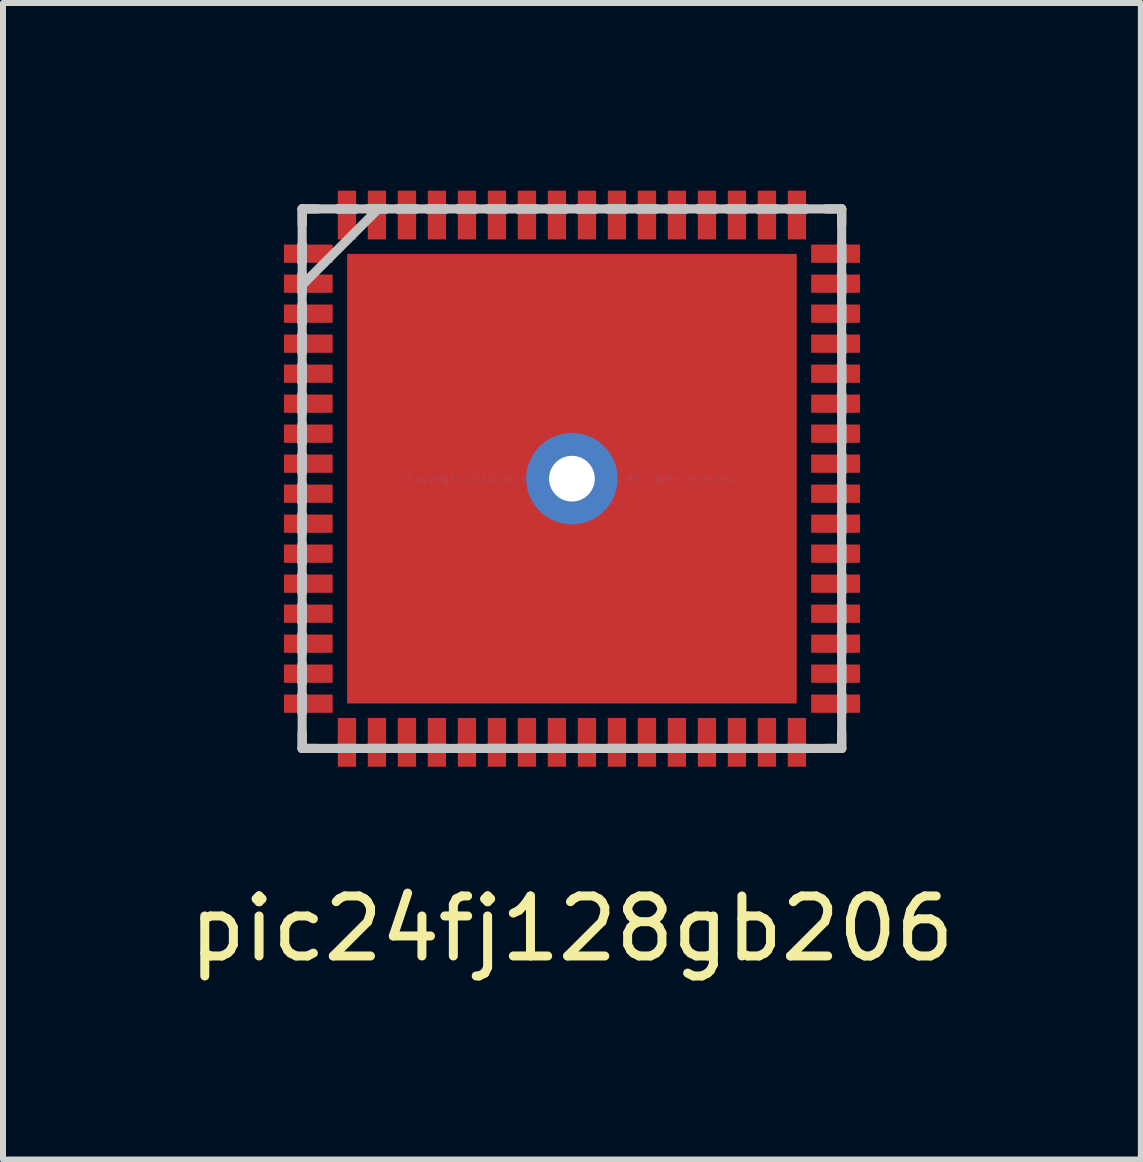
<source format=kicad_pcb>
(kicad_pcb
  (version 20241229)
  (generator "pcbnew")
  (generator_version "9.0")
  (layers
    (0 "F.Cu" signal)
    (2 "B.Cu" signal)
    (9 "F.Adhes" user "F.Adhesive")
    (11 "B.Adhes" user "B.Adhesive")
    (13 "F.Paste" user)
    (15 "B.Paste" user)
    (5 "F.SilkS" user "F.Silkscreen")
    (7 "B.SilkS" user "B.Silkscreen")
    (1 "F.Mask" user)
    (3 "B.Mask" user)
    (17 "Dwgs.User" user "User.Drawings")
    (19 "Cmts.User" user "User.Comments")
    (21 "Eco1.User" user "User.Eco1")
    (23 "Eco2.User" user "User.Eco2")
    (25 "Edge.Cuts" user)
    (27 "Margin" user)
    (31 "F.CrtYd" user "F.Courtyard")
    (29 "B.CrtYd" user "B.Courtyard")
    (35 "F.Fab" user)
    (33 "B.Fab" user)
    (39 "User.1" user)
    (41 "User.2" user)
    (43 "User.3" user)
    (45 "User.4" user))
  (footprint "pic24fj128gb206"
    (layer "F.Cu")
    (at 6.482 4.928)
    (property "Reference" "pic24fj128gb206" (at 0 7.5 0) (layer "F.SilkS") (effects (font (size 1 1) (thickness 0.15))))
    (attr smd)
    (fp_line (start -4.496 -4.496) (end -4.496 -4.235) (stroke (width 0.152) (type solid)) (layer "F.SilkS"))
    (fp_line (start -4.496 4.235) (end -4.496 4.496) (stroke (width 0.152) (type solid)) (layer "F.SilkS"))
    (fp_line (start -4.496 4.496) (end -4.235 4.496) (stroke (width 0.152) (type solid)) (layer "F.SilkS"))
    (fp_line (start -4.235 -4.496) (end -4.496 -4.496) (stroke (width 0.152) (type solid)) (layer "F.SilkS"))
    (fp_line (start 4.235 4.496) (end 4.496 4.496) (stroke (width 0.152) (type solid)) (layer "F.SilkS"))
    (fp_line (start 4.496 -4.496) (end 4.235 -4.496) (stroke (width 0.152) (type solid)) (layer "F.SilkS"))
    (fp_line (start 4.496 -4.235) (end 4.496 -4.496) (stroke (width 0.152) (type solid)) (layer "F.SilkS"))
    (fp_line (start 4.496 4.496) (end 4.496 4.235) (stroke (width 0.152) (type solid)) (layer "F.SilkS"))
    (fp_line (start -4.496 -4.496) (end -4.496 -4.496) (stroke (width 0.152) (type solid)) (layer "Dwgs.User"))
    (fp_line (start -4.496 -4.496) (end -4.496 4.496) (stroke (width 0.152) (type solid)) (layer "Dwgs.User"))
    (fp_line (start -4.496 -3.902) (end -4.496 -3.902) (stroke (width 0.152) (type solid)) (layer "Dwgs.User"))
    (fp_line (start -4.496 -3.902) (end -4.496 -3.598) (stroke (width 0.152) (type solid)) (layer "Dwgs.User"))
    (fp_line (start -4.496 -3.598) (end -4.496 -3.902) (stroke (width 0.152) (type solid)) (layer "Dwgs.User"))
    (fp_line (start -4.496 -3.598) (end -4.496 -3.598) (stroke (width 0.152) (type solid)) (layer "Dwgs.User"))
    (fp_line (start -4.496 -3.402) (end -4.496 -3.402) (stroke (width 0.152) (type solid)) (layer "Dwgs.User"))
    (fp_line (start -4.496 -3.402) (end -4.496 -3.098) (stroke (width 0.152) (type solid)) (layer "Dwgs.User"))
    (fp_line (start -4.496 -3.226) (end -3.226 -4.496) (stroke (width 0.152) (type solid)) (layer "Dwgs.User"))
    (fp_line (start -4.496 -3.098) (end -4.496 -3.402) (stroke (width 0.152) (type solid)) (layer "Dwgs.User"))
    (fp_line (start -4.496 -3.098) (end -4.496 -3.098) (stroke (width 0.152) (type solid)) (layer "Dwgs.User"))
    (fp_line (start -4.496 -2.902) (end -4.496 -2.902) (stroke (width 0.152) (type solid)) (layer "Dwgs.User"))
    (fp_line (start -4.496 -2.902) (end -4.496 -2.598) (stroke (width 0.152) (type solid)) (layer "Dwgs.User"))
    (fp_line (start -4.496 -2.598) (end -4.496 -2.902) (stroke (width 0.152) (type solid)) (layer "Dwgs.User"))
    (fp_line (start -4.496 -2.598) (end -4.496 -2.598) (stroke (width 0.152) (type solid)) (layer "Dwgs.User"))
    (fp_line (start -4.496 -2.402) (end -4.496 -2.402) (stroke (width 0.152) (type solid)) (layer "Dwgs.User"))
    (fp_line (start -4.496 -2.402) (end -4.496 -2.098) (stroke (width 0.152) (type solid)) (layer "Dwgs.User"))
    (fp_line (start -4.496 -2.098) (end -4.496 -2.402) (stroke (width 0.152) (type solid)) (layer "Dwgs.User"))
    (fp_line (start -4.496 -2.098) (end -4.496 -2.098) (stroke (width 0.152) (type solid)) (layer "Dwgs.User"))
    (fp_line (start -4.496 -1.902) (end -4.496 -1.902) (stroke (width 0.152) (type solid)) (layer "Dwgs.User"))
    (fp_line (start -4.496 -1.902) (end -4.496 -1.598) (stroke (width 0.152) (type solid)) (layer "Dwgs.User"))
    (fp_line (start -4.496 -1.598) (end -4.496 -1.902) (stroke (width 0.152) (type solid)) (layer "Dwgs.User"))
    (fp_line (start -4.496 -1.598) (end -4.496 -1.598) (stroke (width 0.152) (type solid)) (layer "Dwgs.User"))
    (fp_line (start -4.496 -1.402) (end -4.496 -1.402) (stroke (width 0.152) (type solid)) (layer "Dwgs.User"))
    (fp_line (start -4.496 -1.402) (end -4.496 -1.098) (stroke (width 0.152) (type solid)) (layer "Dwgs.User"))
    (fp_line (start -4.496 -1.098) (end -4.496 -1.402) (stroke (width 0.152) (type solid)) (layer "Dwgs.User"))
    (fp_line (start -4.496 -1.098) (end -4.496 -1.098) (stroke (width 0.152) (type solid)) (layer "Dwgs.User"))
    (fp_line (start -4.496 -0.902) (end -4.496 -0.902) (stroke (width 0.152) (type solid)) (layer "Dwgs.User"))
    (fp_line (start -4.496 -0.902) (end -4.496 -0.598) (stroke (width 0.152) (type solid)) (layer "Dwgs.User"))
    (fp_line (start -4.496 -0.598) (end -4.496 -0.902) (stroke (width 0.152) (type solid)) (layer "Dwgs.User"))
    (fp_line (start -4.496 -0.598) (end -4.496 -0.598) (stroke (width 0.152) (type solid)) (layer "Dwgs.User"))
    (fp_line (start -4.496 -0.402) (end -4.496 -0.402) (stroke (width 0.152) (type solid)) (layer "Dwgs.User"))
    (fp_line (start -4.496 -0.402) (end -4.496 -0.098) (stroke (width 0.152) (type solid)) (layer "Dwgs.User"))
    (fp_line (start -4.496 -0.098) (end -4.496 -0.402) (stroke (width 0.152) (type solid)) (layer "Dwgs.User"))
    (fp_line (start -4.496 -0.098) (end -4.496 -0.098) (stroke (width 0.152) (type solid)) (layer "Dwgs.User"))
    (fp_line (start -4.496 0.098) (end -4.496 0.098) (stroke (width 0.152) (type solid)) (layer "Dwgs.User"))
    (fp_line (start -4.496 0.098) (end -4.496 0.402) (stroke (width 0.152) (type solid)) (layer "Dwgs.User"))
    (fp_line (start -4.496 0.402) (end -4.496 0.098) (stroke (width 0.152) (type solid)) (layer "Dwgs.User"))
    (fp_line (start -4.496 0.402) (end -4.496 0.402) (stroke (width 0.152) (type solid)) (layer "Dwgs.User"))
    (fp_line (start -4.496 0.598) (end -4.496 0.598) (stroke (width 0.152) (type solid)) (layer "Dwgs.User"))
    (fp_line (start -4.496 0.598) (end -4.496 0.902) (stroke (width 0.152) (type solid)) (layer "Dwgs.User"))
    (fp_line (start -4.496 0.902) (end -4.496 0.598) (stroke (width 0.152) (type solid)) (layer "Dwgs.User"))
    (fp_line (start -4.496 0.902) (end -4.496 0.902) (stroke (width 0.152) (type solid)) (layer "Dwgs.User"))
    (fp_line (start -4.496 1.098) (end -4.496 1.098) (stroke (width 0.152) (type solid)) (layer "Dwgs.User"))
    (fp_line (start -4.496 1.098) (end -4.496 1.402) (stroke (width 0.152) (type solid)) (layer "Dwgs.User"))
    (fp_line (start -4.496 1.402) (end -4.496 1.098) (stroke (width 0.152) (type solid)) (layer "Dwgs.User"))
    (fp_line (start -4.496 1.402) (end -4.496 1.402) (stroke (width 0.152) (type solid)) (layer "Dwgs.User"))
    (fp_line (start -4.496 1.598) (end -4.496 1.598) (stroke (width 0.152) (type solid)) (layer "Dwgs.User"))
    (fp_line (start -4.496 1.598) (end -4.496 1.902) (stroke (width 0.152) (type solid)) (layer "Dwgs.User"))
    (fp_line (start -4.496 1.902) (end -4.496 1.598) (stroke (width 0.152) (type solid)) (layer "Dwgs.User"))
    (fp_line (start -4.496 1.902) (end -4.496 1.902) (stroke (width 0.152) (type solid)) (layer "Dwgs.User"))
    (fp_line (start -4.496 2.098) (end -4.496 2.098) (stroke (width 0.152) (type solid)) (layer "Dwgs.User"))
    (fp_line (start -4.496 2.098) (end -4.496 2.402) (stroke (width 0.152) (type solid)) (layer "Dwgs.User"))
    (fp_line (start -4.496 2.402) (end -4.496 2.098) (stroke (width 0.152) (type solid)) (layer "Dwgs.User"))
    (fp_line (start -4.496 2.402) (end -4.496 2.402) (stroke (width 0.152) (type solid)) (layer "Dwgs.User"))
    (fp_line (start -4.496 2.598) (end -4.496 2.598) (stroke (width 0.152) (type solid)) (layer "Dwgs.User"))
    (fp_line (start -4.496 2.598) (end -4.496 2.902) (stroke (width 0.152) (type solid)) (layer "Dwgs.User"))
    (fp_line (start -4.496 2.902) (end -4.496 2.598) (stroke (width 0.152) (type solid)) (layer "Dwgs.User"))
    (fp_line (start -4.496 2.902) (end -4.496 2.902) (stroke (width 0.152) (type solid)) (layer "Dwgs.User"))
    (fp_line (start -4.496 3.098) (end -4.496 3.098) (stroke (width 0.152) (type solid)) (layer "Dwgs.User"))
    (fp_line (start -4.496 3.098) (end -4.496 3.402) (stroke (width 0.152) (type solid)) (layer "Dwgs.User"))
    (fp_line (start -4.496 3.402) (end -4.496 3.098) (stroke (width 0.152) (type solid)) (layer "Dwgs.User"))
    (fp_line (start -4.496 3.402) (end -4.496 3.402) (stroke (width 0.152) (type solid)) (layer "Dwgs.User"))
    (fp_line (start -4.496 3.598) (end -4.496 3.598) (stroke (width 0.152) (type solid)) (layer "Dwgs.User"))
    (fp_line (start -4.496 3.598) (end -4.496 3.902) (stroke (width 0.152) (type solid)) (layer "Dwgs.User"))
    (fp_line (start -4.496 3.902) (end -4.496 3.598) (stroke (width 0.152) (type solid)) (layer "Dwgs.User"))
    (fp_line (start -4.496 3.902) (end -4.496 3.902) (stroke (width 0.152) (type solid)) (layer "Dwgs.User"))
    (fp_line (start -4.496 4.496) (end -4.496 4.496) (stroke (width 0.152) (type solid)) (layer "Dwgs.User"))
    (fp_line (start -4.496 4.496) (end 4.496 4.496) (stroke (width 0.152) (type solid)) (layer "Dwgs.User"))
    (fp_line (start -3.902 -4.496) (end -3.902 -4.496) (stroke (width 0.152) (type solid)) (layer "Dwgs.User"))
    (fp_line (start -3.902 -4.496) (end -3.598 -4.496) (stroke (width 0.152) (type solid)) (layer "Dwgs.User"))
    (fp_line (start -3.902 4.496) (end -3.902 4.496) (stroke (width 0.152) (type solid)) (layer "Dwgs.User"))
    (fp_line (start -3.902 4.496) (end -3.598 4.496) (stroke (width 0.152) (type solid)) (layer "Dwgs.User"))
    (fp_line (start -3.598 -4.496) (end -3.902 -4.496) (stroke (width 0.152) (type solid)) (layer "Dwgs.User"))
    (fp_line (start -3.598 -4.496) (end -3.598 -4.496) (stroke (width 0.152) (type solid)) (layer "Dwgs.User"))
    (fp_line (start -3.598 4.496) (end -3.902 4.496) (stroke (width 0.152) (type solid)) (layer "Dwgs.User"))
    (fp_line (start -3.598 4.496) (end -3.598 4.496) (stroke (width 0.152) (type solid)) (layer "Dwgs.User"))
    (fp_line (start -3.402 -4.496) (end -3.402 -4.496) (stroke (width 0.152) (type solid)) (layer "Dwgs.User"))
    (fp_line (start -3.402 -4.496) (end -3.098 -4.496) (stroke (width 0.152) (type solid)) (layer "Dwgs.User"))
    (fp_line (start -3.402 4.496) (end -3.402 4.496) (stroke (width 0.152) (type solid)) (layer "Dwgs.User"))
    (fp_line (start -3.402 4.496) (end -3.098 4.496) (stroke (width 0.152) (type solid)) (layer "Dwgs.User"))
    (fp_line (start -3.098 -4.496) (end -3.402 -4.496) (stroke (width 0.152) (type solid)) (layer "Dwgs.User"))
    (fp_line (start -3.098 -4.496) (end -3.098 -4.496) (stroke (width 0.152) (type solid)) (layer "Dwgs.User"))
    (fp_line (start -3.098 4.496) (end -3.402 4.496) (stroke (width 0.152) (type solid)) (layer "Dwgs.User"))
    (fp_line (start -3.098 4.496) (end -3.098 4.496) (stroke (width 0.152) (type solid)) (layer "Dwgs.User"))
    (fp_line (start -2.902 -4.496) (end -2.902 -4.496) (stroke (width 0.152) (type solid)) (layer "Dwgs.User"))
    (fp_line (start -2.902 -4.496) (end -2.598 -4.496) (stroke (width 0.152) (type solid)) (layer "Dwgs.User"))
    (fp_line (start -2.902 4.496) (end -2.902 4.496) (stroke (width 0.152) (type solid)) (layer "Dwgs.User"))
    (fp_line (start -2.902 4.496) (end -2.598 4.496) (stroke (width 0.152) (type solid)) (layer "Dwgs.User"))
    (fp_line (start -2.598 -4.496) (end -2.902 -4.496) (stroke (width 0.152) (type solid)) (layer "Dwgs.User"))
    (fp_line (start -2.598 -4.496) (end -2.598 -4.496) (stroke (width 0.152) (type solid)) (layer "Dwgs.User"))
    (fp_line (start -2.598 4.496) (end -2.902 4.496) (stroke (width 0.152) (type solid)) (layer "Dwgs.User"))
    (fp_line (start -2.598 4.496) (end -2.598 4.496) (stroke (width 0.152) (type solid)) (layer "Dwgs.User"))
    (fp_line (start -2.402 -4.496) (end -2.402 -4.496) (stroke (width 0.152) (type solid)) (layer "Dwgs.User"))
    (fp_line (start -2.402 -4.496) (end -2.098 -4.496) (stroke (width 0.152) (type solid)) (layer "Dwgs.User"))
    (fp_line (start -2.402 4.496) (end -2.402 4.496) (stroke (width 0.152) (type solid)) (layer "Dwgs.User"))
    (fp_line (start -2.402 4.496) (end -2.098 4.496) (stroke (width 0.152) (type solid)) (layer "Dwgs.User"))
    (fp_line (start -2.098 -4.496) (end -2.402 -4.496) (stroke (width 0.152) (type solid)) (layer "Dwgs.User"))
    (fp_line (start -2.098 -4.496) (end -2.098 -4.496) (stroke (width 0.152) (type solid)) (layer "Dwgs.User"))
    (fp_line (start -2.098 4.496) (end -2.402 4.496) (stroke (width 0.152) (type solid)) (layer "Dwgs.User"))
    (fp_line (start -2.098 4.496) (end -2.098 4.496) (stroke (width 0.152) (type solid)) (layer "Dwgs.User"))
    (fp_line (start -1.902 -4.496) (end -1.902 -4.496) (stroke (width 0.152) (type solid)) (layer "Dwgs.User"))
    (fp_line (start -1.902 -4.496) (end -1.598 -4.496) (stroke (width 0.152) (type solid)) (layer "Dwgs.User"))
    (fp_line (start -1.902 4.496) (end -1.902 4.496) (stroke (width 0.152) (type solid)) (layer "Dwgs.User"))
    (fp_line (start -1.902 4.496) (end -1.598 4.496) (stroke (width 0.152) (type solid)) (layer "Dwgs.User"))
    (fp_line (start -1.598 -4.496) (end -1.902 -4.496) (stroke (width 0.152) (type solid)) (layer "Dwgs.User"))
    (fp_line (start -1.598 -4.496) (end -1.598 -4.496) (stroke (width 0.152) (type solid)) (layer "Dwgs.User"))
    (fp_line (start -1.598 4.496) (end -1.902 4.496) (stroke (width 0.152) (type solid)) (layer "Dwgs.User"))
    (fp_line (start -1.598 4.496) (end -1.598 4.496) (stroke (width 0.152) (type solid)) (layer "Dwgs.User"))
    (fp_line (start -1.402 -4.496) (end -1.402 -4.496) (stroke (width 0.152) (type solid)) (layer "Dwgs.User"))
    (fp_line (start -1.402 -4.496) (end -1.098 -4.496) (stroke (width 0.152) (type solid)) (layer "Dwgs.User"))
    (fp_line (start -1.402 4.496) (end -1.402 4.496) (stroke (width 0.152) (type solid)) (layer "Dwgs.User"))
    (fp_line (start -1.402 4.496) (end -1.098 4.496) (stroke (width 0.152) (type solid)) (layer "Dwgs.User"))
    (fp_line (start -1.098 -4.496) (end -1.402 -4.496) (stroke (width 0.152) (type solid)) (layer "Dwgs.User"))
    (fp_line (start -1.098 -4.496) (end -1.098 -4.496) (stroke (width 0.152) (type solid)) (layer "Dwgs.User"))
    (fp_line (start -1.098 4.496) (end -1.402 4.496) (stroke (width 0.152) (type solid)) (layer "Dwgs.User"))
    (fp_line (start -1.098 4.496) (end -1.098 4.496) (stroke (width 0.152) (type solid)) (layer "Dwgs.User"))
    (fp_line (start -0.902 -4.496) (end -0.902 -4.496) (stroke (width 0.152) (type solid)) (layer "Dwgs.User"))
    (fp_line (start -0.902 -4.496) (end -0.598 -4.496) (stroke (width 0.152) (type solid)) (layer "Dwgs.User"))
    (fp_line (start -0.902 4.496) (end -0.902 4.496) (stroke (width 0.152) (type solid)) (layer "Dwgs.User"))
    (fp_line (start -0.902 4.496) (end -0.598 4.496) (stroke (width 0.152) (type solid)) (layer "Dwgs.User"))
    (fp_line (start -0.598 -4.496) (end -0.902 -4.496) (stroke (width 0.152) (type solid)) (layer "Dwgs.User"))
    (fp_line (start -0.598 -4.496) (end -0.598 -4.496) (stroke (width 0.152) (type solid)) (layer "Dwgs.User"))
    (fp_line (start -0.598 4.496) (end -0.902 4.496) (stroke (width 0.152) (type solid)) (layer "Dwgs.User"))
    (fp_line (start -0.598 4.496) (end -0.598 4.496) (stroke (width 0.152) (type solid)) (layer "Dwgs.User"))
    (fp_line (start -0.402 -4.496) (end -0.402 -4.496) (stroke (width 0.152) (type solid)) (layer "Dwgs.User"))
    (fp_line (start -0.402 -4.496) (end -0.098 -4.496) (stroke (width 0.152) (type solid)) (layer "Dwgs.User"))
    (fp_line (start -0.402 4.496) (end -0.402 4.496) (stroke (width 0.152) (type solid)) (layer "Dwgs.User"))
    (fp_line (start -0.402 4.496) (end -0.098 4.496) (stroke (width 0.152) (type solid)) (layer "Dwgs.User"))
    (fp_line (start -0.098 -4.496) (end -0.402 -4.496) (stroke (width 0.152) (type solid)) (layer "Dwgs.User"))
    (fp_line (start -0.098 -4.496) (end -0.098 -4.496) (stroke (width 0.152) (type solid)) (layer "Dwgs.User"))
    (fp_line (start -0.098 4.496) (end -0.402 4.496) (stroke (width 0.152) (type solid)) (layer "Dwgs.User"))
    (fp_line (start -0.098 4.496) (end -0.098 4.496) (stroke (width 0.152) (type solid)) (layer "Dwgs.User"))
    (fp_line (start 0.098 -4.496) (end 0.098 -4.496) (stroke (width 0.152) (type solid)) (layer "Dwgs.User"))
    (fp_line (start 0.098 -4.496) (end 0.402 -4.496) (stroke (width 0.152) (type solid)) (layer "Dwgs.User"))
    (fp_line (start 0.098 4.496) (end 0.098 4.496) (stroke (width 0.152) (type solid)) (layer "Dwgs.User"))
    (fp_line (start 0.098 4.496) (end 0.402 4.496) (stroke (width 0.152) (type solid)) (layer "Dwgs.User"))
    (fp_line (start 0.402 -4.496) (end 0.098 -4.496) (stroke (width 0.152) (type solid)) (layer "Dwgs.User"))
    (fp_line (start 0.402 -4.496) (end 0.402 -4.496) (stroke (width 0.152) (type solid)) (layer "Dwgs.User"))
    (fp_line (start 0.402 4.496) (end 0.098 4.496) (stroke (width 0.152) (type solid)) (layer "Dwgs.User"))
    (fp_line (start 0.402 4.496) (end 0.402 4.496) (stroke (width 0.152) (type solid)) (layer "Dwgs.User"))
    (fp_line (start 0.598 -4.496) (end 0.598 -4.496) (stroke (width 0.152) (type solid)) (layer "Dwgs.User"))
    (fp_line (start 0.598 -4.496) (end 0.902 -4.496) (stroke (width 0.152) (type solid)) (layer "Dwgs.User"))
    (fp_line (start 0.598 4.496) (end 0.598 4.496) (stroke (width 0.152) (type solid)) (layer "Dwgs.User"))
    (fp_line (start 0.598 4.496) (end 0.902 4.496) (stroke (width 0.152) (type solid)) (layer "Dwgs.User"))
    (fp_line (start 0.902 -4.496) (end 0.598 -4.496) (stroke (width 0.152) (type solid)) (layer "Dwgs.User"))
    (fp_line (start 0.902 -4.496) (end 0.902 -4.496) (stroke (width 0.152) (type solid)) (layer "Dwgs.User"))
    (fp_line (start 0.902 4.496) (end 0.598 4.496) (stroke (width 0.152) (type solid)) (layer "Dwgs.User"))
    (fp_line (start 0.902 4.496) (end 0.902 4.496) (stroke (width 0.152) (type solid)) (layer "Dwgs.User"))
    (fp_line (start 1.098 -4.496) (end 1.098 -4.496) (stroke (width 0.152) (type solid)) (layer "Dwgs.User"))
    (fp_line (start 1.098 -4.496) (end 1.402 -4.496) (stroke (width 0.152) (type solid)) (layer "Dwgs.User"))
    (fp_line (start 1.098 4.496) (end 1.098 4.496) (stroke (width 0.152) (type solid)) (layer "Dwgs.User"))
    (fp_line (start 1.098 4.496) (end 1.402 4.496) (stroke (width 0.152) (type solid)) (layer "Dwgs.User"))
    (fp_line (start 1.402 -4.496) (end 1.098 -4.496) (stroke (width 0.152) (type solid)) (layer "Dwgs.User"))
    (fp_line (start 1.402 -4.496) (end 1.402 -4.496) (stroke (width 0.152) (type solid)) (layer "Dwgs.User"))
    (fp_line (start 1.402 4.496) (end 1.098 4.496) (stroke (width 0.152) (type solid)) (layer "Dwgs.User"))
    (fp_line (start 1.402 4.496) (end 1.402 4.496) (stroke (width 0.152) (type solid)) (layer "Dwgs.User"))
    (fp_line (start 1.598 -4.496) (end 1.598 -4.496) (stroke (width 0.152) (type solid)) (layer "Dwgs.User"))
    (fp_line (start 1.598 -4.496) (end 1.902 -4.496) (stroke (width 0.152) (type solid)) (layer "Dwgs.User"))
    (fp_line (start 1.598 4.496) (end 1.598 4.496) (stroke (width 0.152) (type solid)) (layer "Dwgs.User"))
    (fp_line (start 1.598 4.496) (end 1.902 4.496) (stroke (width 0.152) (type solid)) (layer "Dwgs.User"))
    (fp_line (start 1.902 -4.496) (end 1.598 -4.496) (stroke (width 0.152) (type solid)) (layer "Dwgs.User"))
    (fp_line (start 1.902 -4.496) (end 1.902 -4.496) (stroke (width 0.152) (type solid)) (layer "Dwgs.User"))
    (fp_line (start 1.902 4.496) (end 1.598 4.496) (stroke (width 0.152) (type solid)) (layer "Dwgs.User"))
    (fp_line (start 1.902 4.496) (end 1.902 4.496) (stroke (width 0.152) (type solid)) (layer "Dwgs.User"))
    (fp_line (start 2.098 -4.496) (end 2.098 -4.496) (stroke (width 0.152) (type solid)) (layer "Dwgs.User"))
    (fp_line (start 2.098 -4.496) (end 2.402 -4.496) (stroke (width 0.152) (type solid)) (layer "Dwgs.User"))
    (fp_line (start 2.098 4.496) (end 2.098 4.496) (stroke (width 0.152) (type solid)) (layer "Dwgs.User"))
    (fp_line (start 2.098 4.496) (end 2.402 4.496) (stroke (width 0.152) (type solid)) (layer "Dwgs.User"))
    (fp_line (start 2.402 -4.496) (end 2.098 -4.496) (stroke (width 0.152) (type solid)) (layer "Dwgs.User"))
    (fp_line (start 2.402 -4.496) (end 2.402 -4.496) (stroke (width 0.152) (type solid)) (layer "Dwgs.User"))
    (fp_line (start 2.402 4.496) (end 2.098 4.496) (stroke (width 0.152) (type solid)) (layer "Dwgs.User"))
    (fp_line (start 2.402 4.496) (end 2.402 4.496) (stroke (width 0.152) (type solid)) (layer "Dwgs.User"))
    (fp_line (start 2.598 -4.496) (end 2.598 -4.496) (stroke (width 0.152) (type solid)) (layer "Dwgs.User"))
    (fp_line (start 2.598 -4.496) (end 2.902 -4.496) (stroke (width 0.152) (type solid)) (layer "Dwgs.User"))
    (fp_line (start 2.598 4.496) (end 2.598 4.496) (stroke (width 0.152) (type solid)) (layer "Dwgs.User"))
    (fp_line (start 2.598 4.496) (end 2.902 4.496) (stroke (width 0.152) (type solid)) (layer "Dwgs.User"))
    (fp_line (start 2.902 -4.496) (end 2.598 -4.496) (stroke (width 0.152) (type solid)) (layer "Dwgs.User"))
    (fp_line (start 2.902 -4.496) (end 2.902 -4.496) (stroke (width 0.152) (type solid)) (layer "Dwgs.User"))
    (fp_line (start 2.902 4.496) (end 2.598 4.496) (stroke (width 0.152) (type solid)) (layer "Dwgs.User"))
    (fp_line (start 2.902 4.496) (end 2.902 4.496) (stroke (width 0.152) (type solid)) (layer "Dwgs.User"))
    (fp_line (start 3.098 -4.496) (end 3.098 -4.496) (stroke (width 0.152) (type solid)) (layer "Dwgs.User"))
    (fp_line (start 3.098 -4.496) (end 3.402 -4.496) (stroke (width 0.152) (type solid)) (layer "Dwgs.User"))
    (fp_line (start 3.098 4.496) (end 3.098 4.496) (stroke (width 0.152) (type solid)) (layer "Dwgs.User"))
    (fp_line (start 3.098 4.496) (end 3.402 4.496) (stroke (width 0.152) (type solid)) (layer "Dwgs.User"))
    (fp_line (start 3.402 -4.496) (end 3.098 -4.496) (stroke (width 0.152) (type solid)) (layer "Dwgs.User"))
    (fp_line (start 3.402 -4.496) (end 3.402 -4.496) (stroke (width 0.152) (type solid)) (layer "Dwgs.User"))
    (fp_line (start 3.402 4.496) (end 3.098 4.496) (stroke (width 0.152) (type solid)) (layer "Dwgs.User"))
    (fp_line (start 3.402 4.496) (end 3.402 4.496) (stroke (width 0.152) (type solid)) (layer "Dwgs.User"))
    (fp_line (start 3.598 -4.496) (end 3.598 -4.496) (stroke (width 0.152) (type solid)) (layer "Dwgs.User"))
    (fp_line (start 3.598 -4.496) (end 3.902 -4.496) (stroke (width 0.152) (type solid)) (layer "Dwgs.User"))
    (fp_line (start 3.598 4.496) (end 3.598 4.496) (stroke (width 0.152) (type solid)) (layer "Dwgs.User"))
    (fp_line (start 3.598 4.496) (end 3.902 4.496) (stroke (width 0.152) (type solid)) (layer "Dwgs.User"))
    (fp_line (start 3.902 -4.496) (end 3.598 -4.496) (stroke (width 0.152) (type solid)) (layer "Dwgs.User"))
    (fp_line (start 3.902 -4.496) (end 3.902 -4.496) (stroke (width 0.152) (type solid)) (layer "Dwgs.User"))
    (fp_line (start 3.902 4.496) (end 3.598 4.496) (stroke (width 0.152) (type solid)) (layer "Dwgs.User"))
    (fp_line (start 3.902 4.496) (end 3.902 4.496) (stroke (width 0.152) (type solid)) (layer "Dwgs.User"))
    (fp_line (start 4.496 -4.496) (end -4.496 -4.496) (stroke (width 0.152) (type solid)) (layer "Dwgs.User"))
    (fp_line (start 4.496 -4.496) (end 4.496 -4.496) (stroke (width 0.152) (type solid)) (layer "Dwgs.User"))
    (fp_line (start 4.496 -3.902) (end 4.496 -3.902) (stroke (width 0.152) (type solid)) (layer "Dwgs.User"))
    (fp_line (start 4.496 -3.902) (end 4.496 -3.598) (stroke (width 0.152) (type solid)) (layer "Dwgs.User"))
    (fp_line (start 4.496 -3.598) (end 4.496 -3.902) (stroke (width 0.152) (type solid)) (layer "Dwgs.User"))
    (fp_line (start 4.496 -3.598) (end 4.496 -3.598) (stroke (width 0.152) (type solid)) (layer "Dwgs.User"))
    (fp_line (start 4.496 -3.402) (end 4.496 -3.402) (stroke (width 0.152) (type solid)) (layer "Dwgs.User"))
    (fp_line (start 4.496 -3.402) (end 4.496 -3.098) (stroke (width 0.152) (type solid)) (layer "Dwgs.User"))
    (fp_line (start 4.496 -3.098) (end 4.496 -3.402) (stroke (width 0.152) (type solid)) (layer "Dwgs.User"))
    (fp_line (start 4.496 -3.098) (end 4.496 -3.098) (stroke (width 0.152) (type solid)) (layer "Dwgs.User"))
    (fp_line (start 4.496 -2.902) (end 4.496 -2.902) (stroke (width 0.152) (type solid)) (layer "Dwgs.User"))
    (fp_line (start 4.496 -2.902) (end 4.496 -2.598) (stroke (width 0.152) (type solid)) (layer "Dwgs.User"))
    (fp_line (start 4.496 -2.598) (end 4.496 -2.902) (stroke (width 0.152) (type solid)) (layer "Dwgs.User"))
    (fp_line (start 4.496 -2.598) (end 4.496 -2.598) (stroke (width 0.152) (type solid)) (layer "Dwgs.User"))
    (fp_line (start 4.496 -2.402) (end 4.496 -2.402) (stroke (width 0.152) (type solid)) (layer "Dwgs.User"))
    (fp_line (start 4.496 -2.402) (end 4.496 -2.098) (stroke (width 0.152) (type solid)) (layer "Dwgs.User"))
    (fp_line (start 4.496 -2.098) (end 4.496 -2.402) (stroke (width 0.152) (type solid)) (layer "Dwgs.User"))
    (fp_line (start 4.496 -2.098) (end 4.496 -2.098) (stroke (width 0.152) (type solid)) (layer "Dwgs.User"))
    (fp_line (start 4.496 -1.902) (end 4.496 -1.902) (stroke (width 0.152) (type solid)) (layer "Dwgs.User"))
    (fp_line (start 4.496 -1.902) (end 4.496 -1.598) (stroke (width 0.152) (type solid)) (layer "Dwgs.User"))
    (fp_line (start 4.496 -1.598) (end 4.496 -1.902) (stroke (width 0.152) (type solid)) (layer "Dwgs.User"))
    (fp_line (start 4.496 -1.598) (end 4.496 -1.598) (stroke (width 0.152) (type solid)) (layer "Dwgs.User"))
    (fp_line (start 4.496 -1.402) (end 4.496 -1.402) (stroke (width 0.152) (type solid)) (layer "Dwgs.User"))
    (fp_line (start 4.496 -1.402) (end 4.496 -1.098) (stroke (width 0.152) (type solid)) (layer "Dwgs.User"))
    (fp_line (start 4.496 -1.098) (end 4.496 -1.402) (stroke (width 0.152) (type solid)) (layer "Dwgs.User"))
    (fp_line (start 4.496 -1.098) (end 4.496 -1.098) (stroke (width 0.152) (type solid)) (layer "Dwgs.User"))
    (fp_line (start 4.496 -0.902) (end 4.496 -0.902) (stroke (width 0.152) (type solid)) (layer "Dwgs.User"))
    (fp_line (start 4.496 -0.902) (end 4.496 -0.598) (stroke (width 0.152) (type solid)) (layer "Dwgs.User"))
    (fp_line (start 4.496 -0.598) (end 4.496 -0.902) (stroke (width 0.152) (type solid)) (layer "Dwgs.User"))
    (fp_line (start 4.496 -0.598) (end 4.496 -0.598) (stroke (width 0.152) (type solid)) (layer "Dwgs.User"))
    (fp_line (start 4.496 -0.402) (end 4.496 -0.402) (stroke (width 0.152) (type solid)) (layer "Dwgs.User"))
    (fp_line (start 4.496 -0.402) (end 4.496 -0.098) (stroke (width 0.152) (type solid)) (layer "Dwgs.User"))
    (fp_line (start 4.496 -0.098) (end 4.496 -0.402) (stroke (width 0.152) (type solid)) (layer "Dwgs.User"))
    (fp_line (start 4.496 -0.098) (end 4.496 -0.098) (stroke (width 0.152) (type solid)) (layer "Dwgs.User"))
    (fp_line (start 4.496 0.098) (end 4.496 0.098) (stroke (width 0.152) (type solid)) (layer "Dwgs.User"))
    (fp_line (start 4.496 0.098) (end 4.496 0.402) (stroke (width 0.152) (type solid)) (layer "Dwgs.User"))
    (fp_line (start 4.496 0.402) (end 4.496 0.098) (stroke (width 0.152) (type solid)) (layer "Dwgs.User"))
    (fp_line (start 4.496 0.402) (end 4.496 0.402) (stroke (width 0.152) (type solid)) (layer "Dwgs.User"))
    (fp_line (start 4.496 0.598) (end 4.496 0.598) (stroke (width 0.152) (type solid)) (layer "Dwgs.User"))
    (fp_line (start 4.496 0.598) (end 4.496 0.902) (stroke (width 0.152) (type solid)) (layer "Dwgs.User"))
    (fp_line (start 4.496 0.902) (end 4.496 0.598) (stroke (width 0.152) (type solid)) (layer "Dwgs.User"))
    (fp_line (start 4.496 0.902) (end 4.496 0.902) (stroke (width 0.152) (type solid)) (layer "Dwgs.User"))
    (fp_line (start 4.496 1.098) (end 4.496 1.098) (stroke (width 0.152) (type solid)) (layer "Dwgs.User"))
    (fp_line (start 4.496 1.098) (end 4.496 1.402) (stroke (width 0.152) (type solid)) (layer "Dwgs.User"))
    (fp_line (start 4.496 1.402) (end 4.496 1.098) (stroke (width 0.152) (type solid)) (layer "Dwgs.User"))
    (fp_line (start 4.496 1.402) (end 4.496 1.402) (stroke (width 0.152) (type solid)) (layer "Dwgs.User"))
    (fp_line (start 4.496 1.598) (end 4.496 1.598) (stroke (width 0.152) (type solid)) (layer "Dwgs.User"))
    (fp_line (start 4.496 1.598) (end 4.496 1.902) (stroke (width 0.152) (type solid)) (layer "Dwgs.User"))
    (fp_line (start 4.496 1.902) (end 4.496 1.598) (stroke (width 0.152) (type solid)) (layer "Dwgs.User"))
    (fp_line (start 4.496 1.902) (end 4.496 1.902) (stroke (width 0.152) (type solid)) (layer "Dwgs.User"))
    (fp_line (start 4.496 2.098) (end 4.496 2.098) (stroke (width 0.152) (type solid)) (layer "Dwgs.User"))
    (fp_line (start 4.496 2.098) (end 4.496 2.402) (stroke (width 0.152) (type solid)) (layer "Dwgs.User"))
    (fp_line (start 4.496 2.402) (end 4.496 2.098) (stroke (width 0.152) (type solid)) (layer "Dwgs.User"))
    (fp_line (start 4.496 2.402) (end 4.496 2.402) (stroke (width 0.152) (type solid)) (layer "Dwgs.User"))
    (fp_line (start 4.496 2.598) (end 4.496 2.598) (stroke (width 0.152) (type solid)) (layer "Dwgs.User"))
    (fp_line (start 4.496 2.598) (end 4.496 2.902) (stroke (width 0.152) (type solid)) (layer "Dwgs.User"))
    (fp_line (start 4.496 2.902) (end 4.496 2.598) (stroke (width 0.152) (type solid)) (layer "Dwgs.User"))
    (fp_line (start 4.496 2.902) (end 4.496 2.902) (stroke (width 0.152) (type solid)) (layer "Dwgs.User"))
    (fp_line (start 4.496 3.098) (end 4.496 3.098) (stroke (width 0.152) (type solid)) (layer "Dwgs.User"))
    (fp_line (start 4.496 3.098) (end 4.496 3.402) (stroke (width 0.152) (type solid)) (layer "Dwgs.User"))
    (fp_line (start 4.496 3.402) (end 4.496 3.098) (stroke (width 0.152) (type solid)) (layer "Dwgs.User"))
    (fp_line (start 4.496 3.402) (end 4.496 3.402) (stroke (width 0.152) (type solid)) (layer "Dwgs.User"))
    (fp_line (start 4.496 3.598) (end 4.496 3.598) (stroke (width 0.152) (type solid)) (layer "Dwgs.User"))
    (fp_line (start 4.496 3.598) (end 4.496 3.902) (stroke (width 0.152) (type solid)) (layer "Dwgs.User"))
    (fp_line (start 4.496 3.902) (end 4.496 3.598) (stroke (width 0.152) (type solid)) (layer "Dwgs.User"))
    (fp_line (start 4.496 3.902) (end 4.496 3.902) (stroke (width 0.152) (type solid)) (layer "Dwgs.User"))
    (fp_line (start 4.496 4.496) (end 4.496 -4.496) (stroke (width 0.152) (type solid)) (layer "Dwgs.User"))
    (fp_line (start 4.496 4.496) (end 4.496 4.496) (stroke (width 0.152) (type solid)) (layer "Dwgs.User"))
    (fp_text user "Copyright 2016 Accelerated Designs. All rights reserved." (at 0 0 0) (layer "Cmts.User") (effects (font (size 0.127 0.127) (thickness 0.002))))
    (pad "" smd rect (at -4.394 -3.75 90) (size 0.508 1.067) (layers "F.Mask"))
    (pad "" smd rect (at -4.394 -3.25 90) (size 0.508 1.067) (layers "F.Mask"))
    (pad "" smd rect (at -4.394 -2.75 90) (size 0.508 1.067) (layers "F.Mask"))
    (pad "" smd rect (at -4.394 -2.25 90) (size 0.508 1.067) (layers "F.Mask"))
    (pad "" smd rect (at -4.394 -1.75 90) (size 0.508 1.067) (layers "F.Mask"))
    (pad "" smd rect (at -4.394 -1.25 90) (size 0.508 1.067) (layers "F.Mask"))
    (pad "" smd rect (at -4.394 -0.75 90) (size 0.508 1.067) (layers "F.Mask"))
    (pad "" smd rect (at -4.394 -0.25 90) (size 0.508 1.067) (layers "F.Mask"))
    (pad "" smd rect (at -4.394 0.25 90) (size 0.508 1.067) (layers "F.Mask"))
    (pad "" smd rect (at -4.394 0.75 90) (size 0.508 1.067) (layers "F.Mask"))
    (pad "" smd rect (at -4.394 1.25 90) (size 0.508 1.067) (layers "F.Mask"))
    (pad "" smd rect (at -4.394 1.75 90) (size 0.508 1.067) (layers "F.Mask"))
    (pad "" smd rect (at -4.394 2.25 90) (size 0.508 1.067) (layers "F.Mask"))
    (pad "" smd rect (at -4.394 2.75 90) (size 0.508 1.067) (layers "F.Mask"))
    (pad "" smd rect (at -4.394 3.25 90) (size 0.508 1.067) (layers "F.Mask"))
    (pad "" smd rect (at -4.394 3.75 90) (size 0.508 1.067) (layers "F.Mask"))
    (pad "" smd rect (at -3.75 -4.394) (size 0.508 1.067) (layers "F.Mask"))
    (pad "" smd rect (at -3.75 4.394) (size 0.508 1.067) (layers "F.Mask"))
    (pad "" smd rect (at -3.25 -4.394) (size 0.508 1.067) (layers "F.Mask"))
    (pad "" smd rect (at -3.25 4.394) (size 0.508 1.067) (layers "F.Mask"))
    (pad "" smd rect (at -2.75 -4.394) (size 0.508 1.067) (layers "F.Mask"))
    (pad "" smd rect (at -2.75 4.394) (size 0.508 1.067) (layers "F.Mask"))
    (pad "" smd rect (at -2.25 -4.394) (size 0.508 1.067) (layers "F.Mask"))
    (pad "" smd rect (at -2.25 4.394) (size 0.508 1.067) (layers "F.Mask"))
    (pad "" smd rect (at -1.75 -4.394) (size 0.508 1.067) (layers "F.Mask"))
    (pad "" smd rect (at -1.75 4.394) (size 0.508 1.067) (layers "F.Mask"))
    (pad "" smd rect (at -1.25 -4.394) (size 0.508 1.067) (layers "F.Mask"))
    (pad "" smd rect (at -1.25 4.394) (size 0.508 1.067) (layers "F.Mask"))
    (pad "" smd rect (at -0.75 -4.394) (size 0.508 1.067) (layers "F.Mask"))
    (pad "" smd rect (at -0.75 4.394) (size 0.508 1.067) (layers "F.Mask"))
    (pad "" smd rect (at -0.25 -4.394) (size 0.508 1.067) (layers "F.Mask"))
    (pad "" smd rect (at -0.25 4.394) (size 0.508 1.067) (layers "F.Mask"))
    (pad "" smd rect (at 0 0) (size 0.025 0.025) (layers "F.Mask"))
    (pad "" smd rect (at 0 0) (size 7.493 7.493) (layers "F.Mask"))
    (pad "" smd rect (at 0.25 -4.394) (size 0.508 1.067) (layers "F.Mask"))
    (pad "" smd rect (at 0.25 4.394) (size 0.508 1.067) (layers "F.Mask"))
    (pad "" smd rect (at 0.75 -4.394) (size 0.508 1.067) (layers "F.Mask"))
    (pad "" smd rect (at 0.75 4.394) (size 0.508 1.067) (layers "F.Mask"))
    (pad "" smd rect (at 1.25 -4.394) (size 0.508 1.067) (layers "F.Mask"))
    (pad "" smd rect (at 1.25 4.394) (size 0.508 1.067) (layers "F.Mask"))
    (pad "" smd rect (at 1.75 -4.394) (size 0.508 1.067) (layers "F.Mask"))
    (pad "" smd rect (at 1.75 4.394) (size 0.508 1.067) (layers "F.Mask"))
    (pad "" smd rect (at 2.25 -4.394) (size 0.508 1.067) (layers "F.Mask"))
    (pad "" smd rect (at 2.25 4.394) (size 0.508 1.067) (layers "F.Mask"))
    (pad "" smd rect (at 2.75 -4.394) (size 0.508 1.067) (layers "F.Mask"))
    (pad "" smd rect (at 2.75 4.394) (size 0.508 1.067) (layers "F.Mask"))
    (pad "" smd rect (at 3.25 -4.394) (size 0.508 1.067) (layers "F.Mask"))
    (pad "" smd rect (at 3.25 4.394) (size 0.508 1.067) (layers "F.Mask"))
    (pad "" smd rect (at 3.75 -4.394) (size 0.508 1.067) (layers "F.Mask"))
    (pad "" smd rect (at 3.75 4.394) (size 0.508 1.067) (layers "F.Mask"))
    (pad "" smd rect (at 4.394 -3.75 90) (size 0.508 1.067) (layers "F.Mask"))
    (pad "" smd rect (at 4.394 -3.25 90) (size 0.508 1.067) (layers "F.Mask"))
    (pad "" smd rect (at 4.394 -2.75 90) (size 0.508 1.067) (layers "F.Mask"))
    (pad "" smd rect (at 4.394 -2.25 90) (size 0.508 1.067) (layers "F.Mask"))
    (pad "" smd rect (at 4.394 -1.75 90) (size 0.508 1.067) (layers "F.Mask"))
    (pad "" smd rect (at 4.394 -1.25 90) (size 0.508 1.067) (layers "F.Mask"))
    (pad "" smd rect (at 4.394 -0.75 90) (size 0.508 1.067) (layers "F.Mask"))
    (pad "" smd rect (at 4.394 -0.25 90) (size 0.508 1.067) (layers "F.Mask"))
    (pad "" smd rect (at 4.394 0.25 90) (size 0.508 1.067) (layers "F.Mask"))
    (pad "" smd rect (at 4.394 0.75 90) (size 0.508 1.067) (layers "F.Mask"))
    (pad "" smd rect (at 4.394 1.25 90) (size 0.508 1.067) (layers "F.Mask"))
    (pad "" smd rect (at 4.394 1.75 90) (size 0.508 1.067) (layers "F.Mask"))
    (pad "" smd rect (at 4.394 2.25 90) (size 0.508 1.067) (layers "F.Mask"))
    (pad "" smd rect (at 4.394 2.75 90) (size 0.508 1.067) (layers "F.Mask"))
    (pad "" smd rect (at 4.394 3.25 90) (size 0.508 1.067) (layers "F.Mask"))
    (pad "" smd rect (at 4.394 3.75 90) (size 0.508 1.067) (layers "F.Mask"))
    (pad "1" smd rect (at -4.394 -3.75 90) (size 0.305 0.813) (layers "F.Cu"))
    (pad "2" smd rect (at -4.394 -3.25 90) (size 0.305 0.813) (layers "F.Cu"))
    (pad "3" smd rect (at -4.394 -2.75 90) (size 0.305 0.813) (layers "F.Cu"))
    (pad "4" smd rect (at -4.394 -2.25 90) (size 0.305 0.813) (layers "F.Cu"))
    (pad "5" smd rect (at -4.394 -1.75 90) (size 0.305 0.813) (layers "F.Cu"))
    (pad "6" smd rect (at -4.394 -1.25 90) (size 0.305 0.813) (layers "F.Cu"))
    (pad "7" smd rect (at -4.394 -0.75 90) (size 0.305 0.813) (layers "F.Cu"))
    (pad "8" smd rect (at -4.394 -0.25 90) (size 0.305 0.813) (layers "F.Cu"))
    (pad "9" smd rect (at -4.394 0.25 90) (size 0.305 0.813) (layers "F.Cu"))
    (pad "10" smd rect (at -4.394 0.75 90) (size 0.305 0.813) (layers "F.Cu"))
    (pad "11" smd rect (at -4.394 1.25 90) (size 0.305 0.813) (layers "F.Cu"))
    (pad "12" smd rect (at -4.394 1.75 90) (size 0.305 0.813) (layers "F.Cu"))
    (pad "13" smd rect (at -4.394 2.25 90) (size 0.305 0.813) (layers "F.Cu"))
    (pad "14" smd rect (at -4.394 2.75 90) (size 0.305 0.813) (layers "F.Cu"))
    (pad "15" smd rect (at -4.394 3.25 90) (size 0.305 0.813) (layers "F.Cu"))
    (pad "16" smd rect (at -4.394 3.75 90) (size 0.305 0.813) (layers "F.Cu"))
    (pad "17" smd rect (at -3.75 4.394) (size 0.305 0.813) (layers "F.Cu"))
    (pad "18" smd rect (at -3.25 4.394) (size 0.305 0.813) (layers "F.Cu"))
    (pad "19" smd rect (at -2.75 4.394) (size 0.305 0.813) (layers "F.Cu"))
    (pad "20" smd rect (at -2.25 4.394) (size 0.305 0.813) (layers "F.Cu"))
    (pad "21" smd rect (at -1.75 4.394) (size 0.305 0.813) (layers "F.Cu"))
    (pad "22" smd rect (at -1.25 4.394) (size 0.305 0.813) (layers "F.Cu"))
    (pad "23" smd rect (at -0.75 4.394) (size 0.305 0.813) (layers "F.Cu"))
    (pad "24" smd rect (at -0.25 4.394) (size 0.305 0.813) (layers "F.Cu"))
    (pad "25" smd rect (at 0.25 4.394) (size 0.305 0.813) (layers "F.Cu"))
    (pad "26" smd rect (at 0.75 4.394) (size 0.305 0.813) (layers "F.Cu"))
    (pad "27" smd rect (at 1.25 4.394) (size 0.305 0.813) (layers "F.Cu"))
    (pad "28" smd rect (at 1.75 4.394) (size 0.305 0.813) (layers "F.Cu"))
    (pad "29" smd rect (at 2.25 4.394) (size 0.305 0.813) (layers "F.Cu"))
    (pad "30" smd rect (at 2.75 4.394) (size 0.305 0.813) (layers "F.Cu"))
    (pad "31" smd rect (at 3.25 4.394) (size 0.305 0.813) (layers "F.Cu"))
    (pad "32" smd rect (at 3.75 4.394) (size 0.305 0.813) (layers "F.Cu"))
    (pad "33" smd rect (at 4.394 3.75 90) (size 0.305 0.813) (layers "F.Cu"))
    (pad "34" smd rect (at 4.394 3.25 90) (size 0.305 0.813) (layers "F.Cu"))
    (pad "35" smd rect (at 4.394 2.75 90) (size 0.305 0.813) (layers "F.Cu"))
    (pad "36" smd rect (at 4.394 2.25 90) (size 0.305 0.813) (layers "F.Cu"))
    (pad "37" smd rect (at 4.394 1.75 90) (size 0.305 0.813) (layers "F.Cu"))
    (pad "38" smd rect (at 4.394 1.25 90) (size 0.305 0.813) (layers "F.Cu"))
    (pad "39" smd rect (at 4.394 0.75 90) (size 0.305 0.813) (layers "F.Cu"))
    (pad "40" smd rect (at 4.394 0.25 90) (size 0.305 0.813) (layers "F.Cu"))
    (pad "41" smd rect (at 4.394 -0.25 90) (size 0.305 0.813) (layers "F.Cu"))
    (pad "42" smd rect (at 4.394 -0.75 90) (size 0.305 0.813) (layers "F.Cu"))
    (pad "43" smd rect (at 4.394 -1.25 90) (size 0.305 0.813) (layers "F.Cu"))
    (pad "44" smd rect (at 4.394 -1.75 90) (size 0.305 0.813) (layers "F.Cu"))
    (pad "45" smd rect (at 4.394 -2.25 90) (size 0.305 0.813) (layers "F.Cu"))
    (pad "46" smd rect (at 4.394 -2.75 90) (size 0.305 0.813) (layers "F.Cu"))
    (pad "47" smd rect (at 4.394 -3.25 90) (size 0.305 0.813) (layers "F.Cu"))
    (pad "48" smd rect (at 4.394 -3.75 90) (size 0.305 0.813) (layers "F.Cu"))
    (pad "49" smd rect (at 3.75 -4.394) (size 0.305 0.813) (layers "F.Cu"))
    (pad "50" smd rect (at 3.25 -4.394) (size 0.305 0.813) (layers "F.Cu"))
    (pad "51" smd rect (at 2.75 -4.394) (size 0.305 0.813) (layers "F.Cu"))
    (pad "52" smd rect (at 2.25 -4.394) (size 0.305 0.813) (layers "F.Cu"))
    (pad "53" smd rect (at 1.75 -4.394) (size 0.305 0.813) (layers "F.Cu"))
    (pad "54" smd rect (at 1.25 -4.394) (size 0.305 0.813) (layers "F.Cu"))
    (pad "55" smd rect (at 0.75 -4.394) (size 0.305 0.813) (layers "F.Cu"))
    (pad "56" smd rect (at 0.25 -4.394) (size 0.305 0.813) (layers "F.Cu"))
    (pad "57" smd rect (at -0.25 -4.394) (size 0.305 0.813) (layers "F.Cu"))
    (pad "58" smd rect (at -0.75 -4.394) (size 0.305 0.813) (layers "F.Cu"))
    (pad "59" smd rect (at -1.25 -4.394) (size 0.305 0.813) (layers "F.Cu"))
    (pad "60" smd rect (at -1.75 -4.394) (size 0.305 0.813) (layers "F.Cu"))
    (pad "61" smd rect (at -2.25 -4.394) (size 0.305 0.813) (layers "F.Cu"))
    (pad "62" smd rect (at -2.75 -4.394) (size 0.305 0.813) (layers "F.Cu"))
    (pad "63" smd rect (at -3.25 -4.394) (size 0.305 0.813) (layers "F.Cu"))
    (pad "64" smd rect (at -3.75 -4.394) (size 0.305 0.813) (layers "F.Cu"))
    (pad "65" thru_hole circle (at 0 0) (size 1.524 1.524) (drill 0.762) (layers "*.Cu" "*.Mask"))
    (pad "65" smd rect (at 0 0) (size 7.493 7.493) (layers "F.Cu")))
  (gr_rect
    (start -3 -3)
    (end 15.964 16.276)
    (stroke (width 0.1) (type default))
    (fill no)
    (layer "Edge.Cuts")))
</source>
